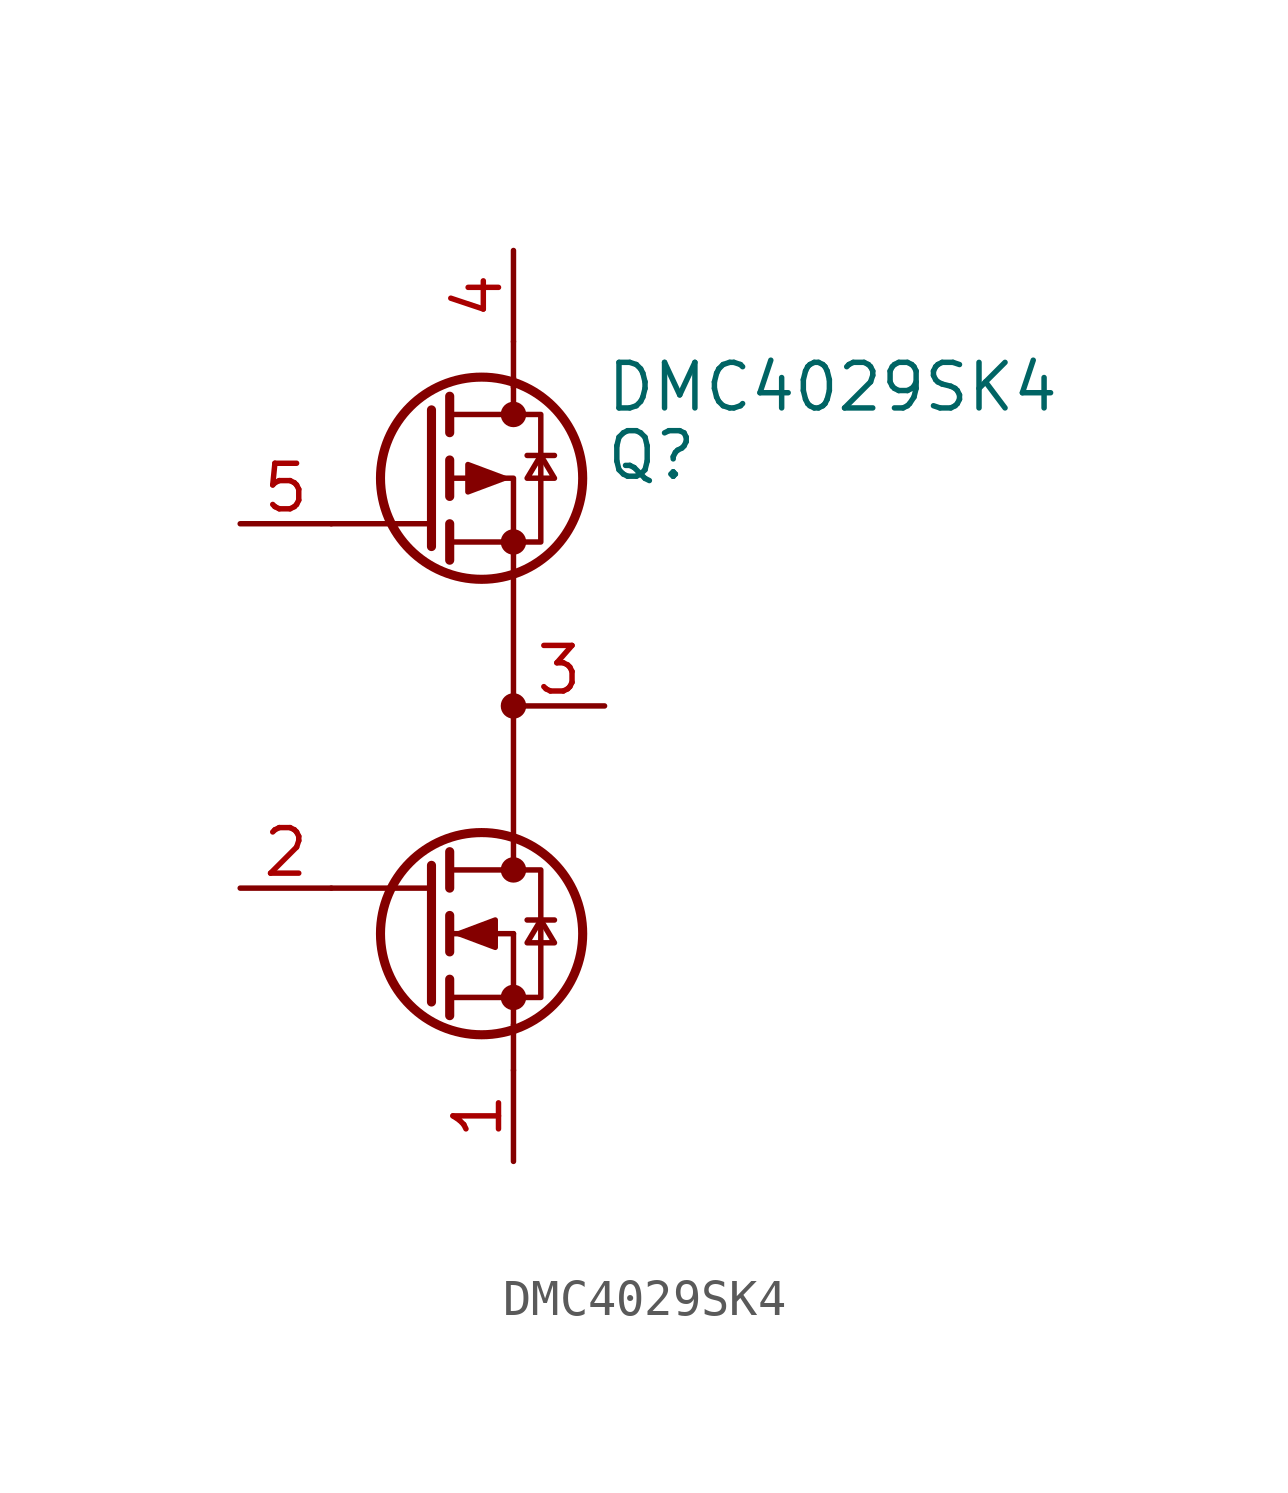
<source format=kicad_sym>
(kicad_symbol_lib
  (version 20211014)
  (generator kicad_symbol_editor)
  (symbol "DMC4029SK4"
    (pin_names
      (offset 0) hide)
    (property "Reference" "Q"
      (at 5.08 8.255 0)
      (effects (font (size 1.27 1.27)) (justify left)))
    (property "Value" "DMC4029SK4"
      (at 5.08 10.16 0)
      (effects (font (size 1.27 1.27)) (justify left)))
    (symbol "DMC4029SK4_0_1"
      (polyline (pts (xy -2.54 -3.81) (xy 0.254 -3.81)) (stroke (width 0) (type default) (color 0 0 0 0)) (fill (type none)))
      (polyline (pts (xy -2.54 6.35) (xy 0.254 6.35)) (stroke (width 0) (type default) (color 0 0 0 0)) (fill (type none)))
      (polyline (pts (xy 0.762 -6.35) (xy 0.762 -7.366)) (stroke (width 0.254) (type default) (color 0 0 0 0)) (fill (type none)))
      (polyline (pts (xy 0.762 -5.08) (xy 2.54 -5.08)) (stroke (width 0) (type default) (color 0 0 0 0)) (fill (type none)))
      (polyline (pts (xy 0.762 -4.572) (xy 0.762 -5.588)) (stroke (width 0.254) (type default) (color 0 0 0 0)) (fill (type none)))
      (polyline (pts (xy 0.762 -2.794) (xy 0.762 -3.81)) (stroke (width 0.254) (type default) (color 0 0 0 0)) (fill (type none)))
      (polyline (pts (xy 0.762 5.334) (xy 0.762 6.35)) (stroke (width 0.254) (type default) (color 0 0 0 0)) (fill (type none)))
      (polyline (pts (xy 0.762 7.112) (xy 0.762 8.128)) (stroke (width 0.254) (type default) (color 0 0 0 0)) (fill (type none)))
      (polyline (pts (xy 0.762 8.89) (xy 0.762 9.906)) (stroke (width 0.254) (type default) (color 0 0 0 0)) (fill (type none)))
      (polyline (pts (xy 2.54 -8.89) (xy 2.54 -7.62)) (stroke (width 0) (type default) (color 0 0 0 0)) (fill (type none)))
      (polyline (pts (xy 2.54 -6.858) (xy 2.54 -7.62)) (stroke (width 0) (type default) (color 0 0 0 0)) (fill (type none)))
      (polyline (pts (xy 2.54 -6.858) (xy 2.54 -5.08)) (stroke (width 0) (type default) (color 0 0 0 0)) (fill (type none)))
      (polyline (pts (xy 2.54 10.414) (xy 2.54 9.398)) (stroke (width 0) (type default) (color 0 0 0 0)) (fill (type none)))
      (polyline (pts (xy 2.54 11.43) (xy 2.54 10.16)) (stroke (width 0) (type default) (color 0 0 0 0)) (fill (type none)))
      (polyline (pts (xy 3.683 -4.699) (xy 2.921 -4.699)) (stroke (width 0) (type default) (color 0 0 0 0)) (fill (type none)))
      (polyline (pts (xy 3.683 8.255) (xy 2.921 8.255)) (stroke (width 0) (type default) (color 0 0 0 0)) (fill (type none)))
      (polyline (pts (xy 0.254 -3.175) (xy 0.254 -6.985) (xy 0.254 -6.985)) (stroke (width 0.254) (type default) (color 0 0 0 0)) (fill (type none)))
      (polyline (pts (xy 0.254 5.715) (xy 0.254 9.525) (xy 0.254 9.525)) (stroke (width 0.254) (type default) (color 0 0 0 0)) (fill (type none)))
      (polyline (pts (xy 0.762 7.62) (xy 2.54 7.62) (xy 2.54 -3.302)) (stroke (width 0) (type default) (color 0 0 0 0)) (fill (type none)))
      (polyline (pts (xy 0.762 -6.858) (xy 3.302 -6.858) (xy 3.302 -3.302) (xy 0.762 -3.302)) (stroke (width 0) (type default) (color 0 0 0 0)) (fill (type none)))
      (polyline (pts (xy 0.762 5.842) (xy 3.302 5.842) (xy 3.302 9.398) (xy 0.762 9.398)) (stroke (width 0) (type default) (color 0 0 0 0)) (fill (type none)))
      (polyline (pts (xy 1.016 -5.08) (xy 2.032 -4.699) (xy 2.032 -5.461) (xy 1.016 -5.08)) (stroke (width 0) (type default) (color 0 0 0 0)) (fill (type outline)))
      (polyline (pts (xy 2.286 7.62) (xy 1.27 8.001) (xy 1.27 7.239) (xy 2.286 7.62)) (stroke (width 0) (type default) (color 0 0 0 0)) (fill (type outline)))
      (polyline (pts (xy 3.302 -4.699) (xy 2.921 -5.334) (xy 3.683 -5.334) (xy 3.302 -4.699)) (stroke (width 0) (type default) (color 0 0 0 0)) (fill (type none)))
      (polyline (pts (xy 3.302 8.255) (xy 3.683 7.62) (xy 2.921 7.62) (xy 3.302 8.255)) (stroke (width 0) (type default) (color 0 0 0 0)) (fill (type none)))
      (circle (center 1.651 -5.08) (radius 2.819) (stroke (width 0.254) (type default) (color 0 0 0 0)) (fill (type none)))
      (circle (center 1.651 7.62) (radius 2.819) (stroke (width 0.254) (type default) (color 0 0 0 0)) (fill (type none)))
      (circle (center 2.54 -6.858) (radius 0.279) (stroke (width 0) (type default) (color 0 0 0 0)) (fill (type outline)))
      (circle (center 2.54 -3.302) (radius 0.279) (stroke (width 0) (type default) (color 0 0 0 0)) (fill (type outline)))
      (circle (center 2.54 1.27) (radius 0.279) (stroke (width 0) (type default) (color 0 0 0 0)) (fill (type outline)))
      (circle (center 2.54 5.842) (radius 0.279) (stroke (width 0) (type default) (color 0 0 0 0)) (fill (type outline)))
      (circle (center 2.54 9.398) (radius 0.279) (stroke (width 0) (type default) (color 0 0 0 0)) (fill (type outline))))
    (symbol "DMC4029SK4_1_1"
      (pin passive line (at 2.54 -11.43 90) (length 2.54) (name "S2" (effects (font (size 1.27 1.27)))) (number "1" (effects (font (size 1.27 1.27)))))
      (pin input line (at -5.08 -3.81 0) (length 2.54) (name "G2" (effects (font (size 1.27 1.27)))) (number "2" (effects (font (size 1.27 1.27)))))
      (pin passive line (at 5.08 1.27 180) (length 2.54) (name "S1/D2" (effects (font (size 1.27 1.27)))) (number "3" (effects (font (size 1.27 1.27)))))
      (pin passive line (at 2.54 13.97 270) (length 2.54) (name "D1" (effects (font (size 1.27 1.27)))) (number "4" (effects (font (size 1.27 1.27)))))
      (pin input line (at -5.08 6.35 0) (length 2.54) (name "G1" (effects (font (size 1.27 1.27)))) (number "5" (effects (font (size 1.27 1.27))))))))
</source>
